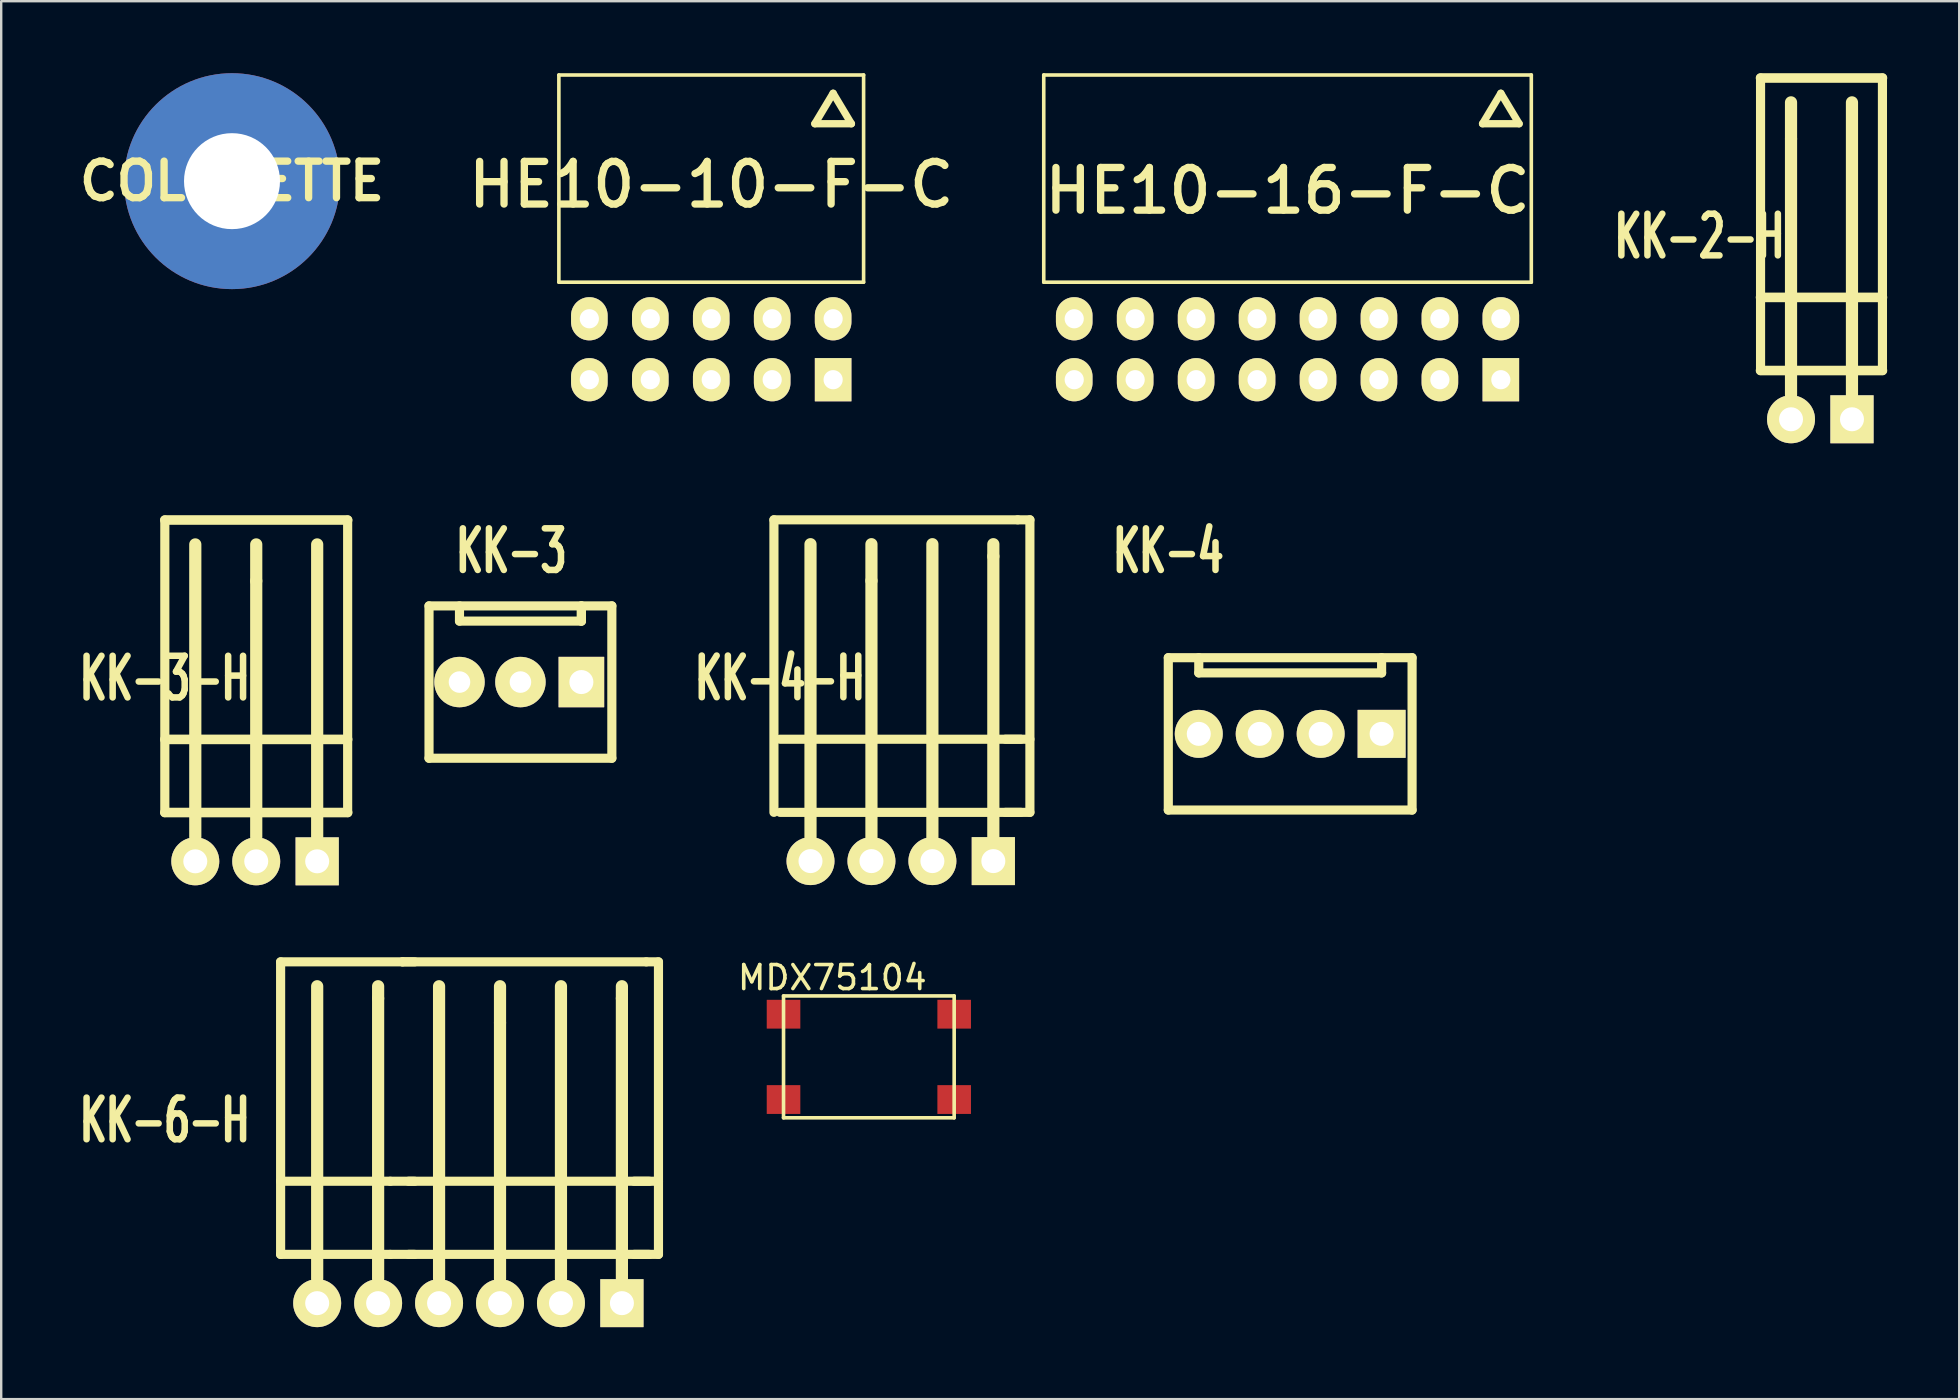
<source format=kicad_pcb>
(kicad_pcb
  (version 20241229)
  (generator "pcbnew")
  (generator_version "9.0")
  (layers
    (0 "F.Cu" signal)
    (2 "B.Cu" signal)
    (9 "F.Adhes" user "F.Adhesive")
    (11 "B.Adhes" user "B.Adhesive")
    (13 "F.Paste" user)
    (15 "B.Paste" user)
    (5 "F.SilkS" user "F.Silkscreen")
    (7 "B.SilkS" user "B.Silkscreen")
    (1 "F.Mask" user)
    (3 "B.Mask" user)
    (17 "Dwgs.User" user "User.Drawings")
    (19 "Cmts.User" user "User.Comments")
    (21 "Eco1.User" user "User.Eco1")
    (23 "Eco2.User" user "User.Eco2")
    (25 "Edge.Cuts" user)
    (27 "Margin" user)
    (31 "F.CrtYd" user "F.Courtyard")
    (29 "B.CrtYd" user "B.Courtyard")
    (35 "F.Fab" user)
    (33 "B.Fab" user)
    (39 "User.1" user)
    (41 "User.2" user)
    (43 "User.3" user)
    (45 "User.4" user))
  (footprint "HE10-10-F-C"
    (layer "F.Cu")
    (at 26.592 11.505)
    (property "Reference" "HE10-10-F-C" (at 0 -6.858 0) (layer "F.SilkS") (effects (font (size 1.778 1.778) (thickness 0.305))))
    (attr through_hole)
    (fp_line (start -6.35 -11.43) (end 6.35 -11.43) (stroke (width 0.15) (type solid)) (layer "F.SilkS"))
    (fp_line (start -6.35 -2.794) (end -6.35 -11.43) (stroke (width 0.15) (type solid)) (layer "F.SilkS"))
    (fp_line (start -6.35 -2.794) (end 6.35 -2.794) (stroke (width 0.15) (type solid)) (layer "F.SilkS"))
    (fp_line (start 4.318 -9.398) (end 5.08 -10.668) (stroke (width 0.305) (type solid)) (layer "F.SilkS"))
    (fp_line (start 5.08 -10.668) (end 5.842 -9.398) (stroke (width 0.305) (type solid)) (layer "F.SilkS"))
    (fp_line (start 5.842 -9.398) (end 4.318 -9.398) (stroke (width 0.305) (type solid)) (layer "F.SilkS"))
    (fp_line (start 6.35 -11.43) (end 6.35 -2.794) (stroke (width 0.15) (type solid)) (layer "F.SilkS"))
    (pad "1" thru_hole rect (at 5.08 1.27) (size 1.524 1.801) (drill 0.8) (layers "*.Cu" "*.Mask" "F.SilkS"))
    (pad "2" thru_hole oval (at 5.08 -1.27) (size 1.524 1.801) (drill 0.8) (layers "*.Cu" "*.Mask" "F.SilkS"))
    (pad "3" thru_hole oval (at 2.54 1.27) (size 1.524 1.801) (drill 0.8) (layers "*.Cu" "*.Mask" "F.SilkS"))
    (pad "4" thru_hole oval (at 2.54 -1.27) (size 1.524 1.801) (drill 0.8) (layers "*.Cu" "*.Mask" "F.SilkS"))
    (pad "5" thru_hole oval (at 0 1.27) (size 1.524 1.801) (drill 0.8) (layers "*.Cu" "*.Mask" "F.SilkS"))
    (pad "6" thru_hole oval (at 0 -1.27) (size 1.524 1.801) (drill 0.8) (layers "*.Cu" "*.Mask" "F.SilkS"))
    (pad "7" thru_hole oval (at -2.54 1.27) (size 1.524 1.801) (drill 0.8) (layers "*.Cu" "*.Mask" "F.SilkS"))
    (pad "8" thru_hole oval (at -2.54 -1.27) (size 1.524 1.801) (drill 0.8) (layers "*.Cu" "*.Mask" "F.SilkS"))
    (pad "9" thru_hole oval (at -5.08 1.27) (size 1.524 1.801) (drill 0.8) (layers "*.Cu" "*.Mask" "F.SilkS"))
    (pad "10" thru_hole oval (at -5.08 -1.27) (size 1.524 1.801) (drill 0.8) (layers "*.Cu" "*.Mask" "F.SilkS")))
  (footprint "MDX75104"
    (layer "F.Cu")
    (at 33.161 40.997)
    (property "Reference" "MDX75104" (at -1.524 -3.302 0) (layer "F.SilkS") (effects (font (size 1 1) (thickness 0.15))))
    (attr through_hole)
    (fp_line (start -3.556 -2.54) (end -3.556 2.54) (stroke (width 0.15) (type solid)) (layer "F.SilkS"))
    (fp_line (start -3.556 2.54) (end 3.556 2.54) (stroke (width 0.15) (type solid)) (layer "F.SilkS"))
    (fp_line (start 3.556 -2.54) (end -3.556 -2.54) (stroke (width 0.15) (type solid)) (layer "F.SilkS"))
    (fp_line (start 3.556 2.54) (end 3.556 -2.54) (stroke (width 0.15) (type solid)) (layer "F.SilkS"))
    (pad "1" smd rect (at -3.556 1.778) (size 1.4 1.2) (layers "F.Cu" "F.Mask" "F.Paste"))
    (pad "2" smd rect (at 3.556 -1.778) (size 1.4 1.2) (layers "F.Cu" "F.Mask" "F.Paste"))
    (pad "3" smd rect (at -3.556 -1.778) (size 1.4 1.2) (layers "F.Cu" "F.Mask" "F.Paste"))
    (pad "3" smd rect (at 3.556 1.778) (size 1.4 1.2) (layers "F.Cu" "F.Mask" "F.Paste")))
  (footprint "KK-2-H"
    (layer "F.Cu")
    (at 71.594 14.424)
    (property "Reference" "KK-2-H" (at -3.81 -7.62 0) (layer "F.SilkS") (effects (font (size 1.735 1.087) (thickness 0.272))))
    (attr through_hole)
    (fp_line (start -1.27 -14.224) (end 3.81 -14.224) (stroke (width 0.4) (type solid)) (layer "F.SilkS"))
    (fp_line (start -1.27 -5.08) (end 3.81 -5.08) (stroke (width 0.4) (type solid)) (layer "F.SilkS"))
    (fp_line (start -1.27 -2.032) (end -1.27 -14.224) (stroke (width 0.381) (type solid)) (layer "F.SilkS"))
    (fp_line (start -1.27 -2.032) (end 3.81 -2.032) (stroke (width 0.4) (type solid)) (layer "F.SilkS"))
    (fp_line (start 0 -11.684) (end 0 -13.208) (stroke (width 0.508) (type solid)) (layer "F.SilkS"))
    (fp_line (start 0 -1.016) (end 0 -11.684) (stroke (width 0.508) (type solid)) (layer "F.SilkS"))
    (fp_line (start 2.54 -1.016) (end 2.54 -13.208) (stroke (width 0.508) (type solid)) (layer "F.SilkS"))
    (fp_line (start 3.81 -2.032) (end 3.81 -14.224) (stroke (width 0.381) (type solid)) (layer "F.SilkS"))
    (pad "1" thru_hole rect (at 2.54 0) (size 1.801 1.999) (drill 1) (layers "*.Cu" "*.Mask" "F.SilkS"))
    (pad "2" thru_hole circle (at 0 0) (size 1.999 1.999) (drill 1) (layers "*.Cu" "*.Mask" "F.SilkS")))
  (footprint "KK-3-H"
    (layer "F.Cu")
    (at 5.089 32.847)
    (property "Reference" "KK-3-H" (at -1.27 -7.62 0) (layer "F.SilkS") (effects (font (size 1.735 1.087) (thickness 0.272))))
    (attr through_hole)
    (fp_line (start -1.27 -14.224) (end 6.35 -14.224) (stroke (width 0.4) (type solid)) (layer "F.SilkS"))
    (fp_line (start -1.27 -5.08) (end 6.35 -5.08) (stroke (width 0.4) (type solid)) (layer "F.SilkS"))
    (fp_line (start -1.27 -2.032) (end -1.27 -14.224) (stroke (width 0.381) (type solid)) (layer "F.SilkS"))
    (fp_line (start -1.27 -2.032) (end 6.35 -2.032) (stroke (width 0.4) (type solid)) (layer "F.SilkS"))
    (fp_line (start 0 -2.54) (end 0 -11.684) (stroke (width 0.381) (type solid)) (layer "F.SilkS"))
    (fp_line (start 0 -1.016) (end 0 -13.208) (stroke (width 0.508) (type solid)) (layer "F.SilkS"))
    (fp_line (start 0 -1.016) (end 0 -2.032) (stroke (width 0.381) (type solid)) (layer "F.SilkS"))
    (fp_line (start 2.54 -11.684) (end 2.54 -13.208) (stroke (width 0.508) (type solid)) (layer "F.SilkS"))
    (fp_line (start 2.54 -1.016) (end 2.54 -11.684) (stroke (width 0.508) (type solid)) (layer "F.SilkS"))
    (fp_line (start 5.08 -1.016) (end 5.08 -13.208) (stroke (width 0.508) (type solid)) (layer "F.SilkS"))
    (fp_line (start 6.35 -2.032) (end 6.35 -14.224) (stroke (width 0.381) (type solid)) (layer "F.SilkS"))
    (pad "1" thru_hole rect (at 5.08 0) (size 1.801 1.999) (drill 1) (layers "*.Cu" "*.Mask" "F.SilkS"))
    (pad "2" thru_hole circle (at 2.54 0) (size 1.999 1.999) (drill 1) (layers "*.Cu" "*.Mask" "F.SilkS"))
    (pad "3" thru_hole circle (at 0 0) (size 1.999 1.999) (drill 1) (layers "*.Cu" "*.Mask" "F.SilkS")))
  (footprint "COLONETTE"
    (layer "F.Cu")
    (at 6.619 4.5)
    (property "Reference" "COLONETTE" (at 0 0 0) (layer "F.SilkS") (effects (font (size 1.524 1.524) (thickness 0.305))))
    (attr through_hole)
    (pad "1" thru_hole circle (at 0 0) (size 2 2) (drill 0.6) (layers "*.Cu" "*.Mask" "F.SilkS"))
    (pad "1" thru_hole circle (at 0 0) (size 8.999 8.999) (drill 4) (layers "*.Cu")))
  (footprint "KK-3"
    (layer "F.Cu")
    (at 16.1 25.376)
    (property "Reference" "KK-3" (at 2.159 -5.461 0) (layer "F.SilkS") (effects (font (size 1.735 1.087) (thickness 0.272))))
    (attr through_hole)
    (fp_line (start -1.27 -3.175) (end -1.27 3.175) (stroke (width 0.381) (type solid)) (layer "F.SilkS"))
    (fp_line (start -1.27 3.175) (end 6.35 3.175) (stroke (width 0.381) (type solid)) (layer "F.SilkS"))
    (fp_line (start 0 -2.54) (end 0 -3.175) (stroke (width 0.381) (type solid)) (layer "F.SilkS"))
    (fp_line (start 0 -2.54) (end 5.08 -2.54) (stroke (width 0.381) (type solid)) (layer "F.SilkS"))
    (fp_line (start 5.08 -2.54) (end 5.08 -3.175) (stroke (width 0.381) (type solid)) (layer "F.SilkS"))
    (fp_line (start 5.08 -2.54) (end 5.08 -3.175) (stroke (width 0.381) (type solid)) (layer "F.SilkS"))
    (fp_line (start 6.35 -3.175) (end -1.27 -3.175) (stroke (width 0.381) (type solid)) (layer "F.SilkS"))
    (fp_line (start 6.35 -3.175) (end 6.35 3.175) (stroke (width 0.381) (type solid)) (layer "F.SilkS"))
    (pad "1" thru_hole rect (at 5.08 0) (size 1.9 2.101) (drill 1.001) (layers "*.Cu" "*.Mask" "F.SilkS"))
    (pad "2" thru_hole circle (at 2.54 0) (size 2.101 2.101) (drill 0.899) (layers "*.Cu" "*.Mask" "F.SilkS"))
    (pad "3" thru_hole circle (at 0 0) (size 2.101 2.101) (drill 0.899) (layers "*.Cu" "*.Mask" "F.SilkS")))
  (footprint "KK-6-H"
    (layer "F.Cu")
    (at 5.089 51.261)
    (property "Reference" "KK-6-H" (at -1.27 -7.62 0) (layer "F.SilkS") (effects (font (size 1.735 1.087) (thickness 0.272))))
    (attr through_hole)
    (fp_line (start 3.556 -2.032) (end 3.556 -14.224) (stroke (width 0.381) (type solid)) (layer "F.SilkS"))
    (fp_line (start 5.08 -1.016) (end 5.08 -13.208) (stroke (width 0.508) (type solid)) (layer "F.SilkS"))
    (fp_line (start 7.62 -12.7) (end 7.62 -13.208) (stroke (width 0.508) (type solid)) (layer "F.SilkS"))
    (fp_line (start 7.62 -1.016) (end 7.62 -12.7) (stroke (width 0.508) (type solid)) (layer "F.SilkS"))
    (fp_line (start 8.128 -5.08) (end 3.556 -5.08) (stroke (width 0.381) (type solid)) (layer "F.SilkS"))
    (fp_line (start 8.128 -2.032) (end 3.556 -2.032) (stroke (width 0.381) (type solid)) (layer "F.SilkS"))
    (fp_line (start 8.636 -14.224) (end 3.556 -14.224) (stroke (width 0.381) (type solid)) (layer "F.SilkS"))
    (fp_line (start 8.636 -14.224) (end 9.144 -14.224) (stroke (width 0.381) (type solid)) (layer "F.SilkS"))
    (fp_line (start 8.636 -14.224) (end 18.796 -14.224) (stroke (width 0.381) (type solid)) (layer "F.SilkS"))
    (fp_line (start 8.89 -5.08) (end 18.923 -5.08) (stroke (width 0.381) (type solid)) (layer "F.SilkS"))
    (fp_line (start 9.144 -5.08) (end 8.128 -5.08) (stroke (width 0.381) (type solid)) (layer "F.SilkS"))
    (fp_line (start 9.144 -2.032) (end 8.128 -2.032) (stroke (width 0.381) (type solid)) (layer "F.SilkS"))
    (fp_line (start 10.16 -2.54) (end 10.16 -11.684) (stroke (width 0.381) (type solid)) (layer "F.SilkS"))
    (fp_line (start 10.16 -1.016) (end 10.16 -13.208) (stroke (width 0.508) (type solid)) (layer "F.SilkS"))
    (fp_line (start 10.16 -1.016) (end 10.16 -2.032) (stroke (width 0.381) (type solid)) (layer "F.SilkS"))
    (fp_line (start 12.7 -11.684) (end 12.7 -13.208) (stroke (width 0.508) (type solid)) (layer "F.SilkS"))
    (fp_line (start 12.7 -1.016) (end 12.7 -11.684) (stroke (width 0.508) (type solid)) (layer "F.SilkS"))
    (fp_line (start 15.24 -1.016) (end 15.24 -13.208) (stroke (width 0.508) (type solid)) (layer "F.SilkS"))
    (fp_line (start 17.78 -12.7) (end 17.78 -13.208) (stroke (width 0.508) (type solid)) (layer "F.SilkS"))
    (fp_line (start 17.78 -1.016) (end 17.78 -12.7) (stroke (width 0.508) (type solid)) (layer "F.SilkS"))
    (fp_line (start 18.796 -14.224) (end 19.304 -14.224) (stroke (width 0.381) (type solid)) (layer "F.SilkS"))
    (fp_line (start 18.923 -2.032) (end 8.89 -2.032) (stroke (width 0.381) (type solid)) (layer "F.SilkS"))
    (fp_line (start 19.304 -5.08) (end 18.288 -5.08) (stroke (width 0.381) (type solid)) (layer "F.SilkS"))
    (fp_line (start 19.304 -2.032) (end 18.288 -2.032) (stroke (width 0.381) (type solid)) (layer "F.SilkS"))
    (fp_line (start 19.304 -2.032) (end 19.304 -14.224) (stroke (width 0.381) (type solid)) (layer "F.SilkS"))
    (pad "1" thru_hole rect (at 17.78 0) (size 1.801 1.999) (drill 1.001) (layers "*.Cu" "*.Mask" "F.SilkS"))
    (pad "2" thru_hole circle (at 15.24 0) (size 1.999 1.999) (drill 1.001) (layers "*.Cu" "*.Mask" "F.SilkS"))
    (pad "3" thru_hole circle (at 12.7 0) (size 1.999 1.999) (drill 1.001) (layers "*.Cu" "*.Mask" "F.SilkS"))
    (pad "4" thru_hole circle (at 10.16 0) (size 1.999 1.999) (drill 1.001) (layers "*.Cu" "*.Mask" "F.SilkS"))
    (pad "5" thru_hole circle (at 7.62 0) (size 1.999 1.999) (drill 1.001) (layers "*.Cu" "*.Mask" "F.SilkS"))
    (pad "6" thru_hole circle (at 5.08 0) (size 1.999 1.999) (drill 1.001) (layers "*.Cu" "*.Mask" "F.SilkS")))
  (footprint "HE10-16-F-C"
    (layer "F.Cu")
    (at 40.196 8.711)
    (property "Reference" "HE10-16-F-C" (at 10.414 -3.81 0) (layer "F.SilkS") (effects (font (size 1.778 1.778) (thickness 0.305))))
    (attr through_hole)
    (fp_line (start 0.254 -8.636) (end 20.574 -8.636) (stroke (width 0.15) (type solid)) (layer "F.SilkS"))
    (fp_line (start 0.254 0) (end 0.254 -8.636) (stroke (width 0.15) (type solid)) (layer "F.SilkS"))
    (fp_line (start 0.254 0) (end 20.574 0) (stroke (width 0.15) (type solid)) (layer "F.SilkS"))
    (fp_line (start 18.542 -6.604) (end 19.304 -7.874) (stroke (width 0.305) (type solid)) (layer "F.SilkS"))
    (fp_line (start 19.304 -7.874) (end 20.066 -6.604) (stroke (width 0.305) (type solid)) (layer "F.SilkS"))
    (fp_line (start 20.066 -6.604) (end 18.542 -6.604) (stroke (width 0.305) (type solid)) (layer "F.SilkS"))
    (fp_line (start 20.574 -8.636) (end 20.574 0) (stroke (width 0.15) (type solid)) (layer "F.SilkS"))
    (pad "1" thru_hole rect (at 19.304 4.064) (size 1.524 1.801) (drill 0.8) (layers "*.Cu" "*.Mask" "F.SilkS"))
    (pad "2" thru_hole oval (at 19.304 1.524) (size 1.524 1.801) (drill 0.8) (layers "*.Cu" "*.Mask" "F.SilkS"))
    (pad "3" thru_hole oval (at 16.764 4.064) (size 1.524 1.801) (drill 0.8) (layers "*.Cu" "*.Mask" "F.SilkS"))
    (pad "4" thru_hole oval (at 16.764 1.524) (size 1.524 1.801) (drill 0.8) (layers "*.Cu" "*.Mask" "F.SilkS"))
    (pad "5" thru_hole oval (at 14.224 4.064) (size 1.524 1.801) (drill 0.8) (layers "*.Cu" "*.Mask" "F.SilkS"))
    (pad "6" thru_hole oval (at 14.224 1.524) (size 1.524 1.801) (drill 0.8) (layers "*.Cu" "*.Mask" "F.SilkS"))
    (pad "7" thru_hole oval (at 11.684 4.064) (size 1.524 1.801) (drill 0.8) (layers "*.Cu" "*.Mask" "F.SilkS"))
    (pad "8" thru_hole oval (at 11.684 1.524) (size 1.524 1.801) (drill 0.8) (layers "*.Cu" "*.Mask" "F.SilkS"))
    (pad "9" thru_hole oval (at 9.144 4.064) (size 1.524 1.801) (drill 0.8) (layers "*.Cu" "*.Mask" "F.SilkS"))
    (pad "10" thru_hole oval (at 9.144 1.524) (size 1.524 1.801) (drill 0.8) (layers "*.Cu" "*.Mask" "F.SilkS"))
    (pad "11" thru_hole oval (at 6.604 4.064) (size 1.524 1.801) (drill 0.8) (layers "*.Cu" "*.Mask" "F.SilkS"))
    (pad "12" thru_hole oval (at 6.604 1.524) (size 1.524 1.801) (drill 0.8) (layers "*.Cu" "*.Mask" "F.SilkS"))
    (pad "13" thru_hole oval (at 4.064 4.064) (size 1.524 1.801) (drill 0.8) (layers "*.Cu" "*.Mask" "F.SilkS"))
    (pad "14" thru_hole oval (at 4.064 1.524) (size 1.524 1.801) (drill 0.8) (layers "*.Cu" "*.Mask" "F.SilkS"))
    (pad "15" thru_hole oval (at 1.524 4.064) (size 1.524 1.801) (drill 0.8) (layers "*.Cu" "*.Mask" "F.SilkS"))
    (pad "16" thru_hole oval (at 1.524 1.524) (size 1.524 1.801) (drill 0.8) (layers "*.Cu" "*.Mask" "F.SilkS")))
  (footprint "KK-4-H"
    (layer "F.Cu")
    (at 30.729 32.838)
    (property "Reference" "KK-4-H" (at -1.27 -7.62 0) (layer "F.SilkS") (effects (font (size 1.735 1.087) (thickness 0.272))))
    (attr through_hole)
    (fp_line (start -1.524 -14.224) (end 8.636 -14.224) (stroke (width 0.381) (type solid)) (layer "F.SilkS"))
    (fp_line (start -1.524 -2.032) (end -1.524 -14.224) (stroke (width 0.381) (type solid)) (layer "F.SilkS"))
    (fp_line (start -1.27 -5.08) (end 8.763 -5.08) (stroke (width 0.381) (type solid)) (layer "F.SilkS"))
    (fp_line (start 0 -2.54) (end 0 -11.684) (stroke (width 0.381) (type solid)) (layer "F.SilkS"))
    (fp_line (start 0 -1.016) (end 0 -13.208) (stroke (width 0.508) (type solid)) (layer "F.SilkS"))
    (fp_line (start 0 -1.016) (end 0 -2.032) (stroke (width 0.381) (type solid)) (layer "F.SilkS"))
    (fp_line (start 2.54 -11.684) (end 2.54 -13.208) (stroke (width 0.508) (type solid)) (layer "F.SilkS"))
    (fp_line (start 2.54 -1.016) (end 2.54 -11.684) (stroke (width 0.508) (type solid)) (layer "F.SilkS"))
    (fp_line (start 5.08 -1.016) (end 5.08 -13.208) (stroke (width 0.508) (type solid)) (layer "F.SilkS"))
    (fp_line (start 7.62 -12.7) (end 7.62 -13.208) (stroke (width 0.508) (type solid)) (layer "F.SilkS"))
    (fp_line (start 7.62 -1.016) (end 7.62 -12.7) (stroke (width 0.508) (type solid)) (layer "F.SilkS"))
    (fp_line (start 8.636 -14.224) (end 9.144 -14.224) (stroke (width 0.381) (type solid)) (layer "F.SilkS"))
    (fp_line (start 8.763 -2.032) (end -1.27 -2.032) (stroke (width 0.381) (type solid)) (layer "F.SilkS"))
    (fp_line (start 9.144 -5.08) (end 8.128 -5.08) (stroke (width 0.381) (type solid)) (layer "F.SilkS"))
    (fp_line (start 9.144 -2.032) (end 8.128 -2.032) (stroke (width 0.381) (type solid)) (layer "F.SilkS"))
    (fp_line (start 9.144 -2.032) (end 9.144 -14.224) (stroke (width 0.381) (type solid)) (layer "F.SilkS"))
    (pad "1" thru_hole rect (at 7.62 0) (size 1.801 1.999) (drill 1.001) (layers "*.Cu" "*.Mask" "F.SilkS"))
    (pad "2" thru_hole circle (at 5.08 0) (size 1.999 1.999) (drill 1.001) (layers "*.Cu" "*.Mask" "F.SilkS"))
    (pad "3" thru_hole circle (at 2.54 0) (size 1.999 1.999) (drill 1.001) (layers "*.Cu" "*.Mask" "F.SilkS"))
    (pad "4" thru_hole circle (at 0 0) (size 1.999 1.999) (drill 1.001) (layers "*.Cu" "*.Mask" "F.SilkS")))
  (footprint "KK-4"
    (layer "F.Cu")
    (at 46.911 27.535)
    (property "Reference" "KK-4" (at -1.27 -7.62 0) (layer "F.SilkS") (effects (font (size 1.735 1.087) (thickness 0.272))))
    (attr through_hole)
    (fp_line (start -1.27 -3.175) (end -1.27 3.175) (stroke (width 0.381) (type solid)) (layer "F.SilkS"))
    (fp_line (start -1.27 3.175) (end 8.89 3.175) (stroke (width 0.381) (type solid)) (layer "F.SilkS"))
    (fp_line (start 0 -2.54) (end 0 -3.175) (stroke (width 0.381) (type solid)) (layer "F.SilkS"))
    (fp_line (start 7.62 -3.175) (end 7.62 -2.54) (stroke (width 0.381) (type solid)) (layer "F.SilkS"))
    (fp_line (start 7.62 -2.54) (end 0 -2.54) (stroke (width 0.381) (type solid)) (layer "F.SilkS"))
    (fp_line (start 8.89 -3.175) (end -1.27 -3.175) (stroke (width 0.381) (type solid)) (layer "F.SilkS"))
    (fp_line (start 8.89 3.175) (end 8.89 -3.175) (stroke (width 0.381) (type solid)) (layer "F.SilkS"))
    (pad "1" thru_hole rect (at 7.62 0) (size 1.999 1.999) (drill 1.001) (layers "*.Cu" "*.Mask" "F.SilkS"))
    (pad "2" thru_hole circle (at 5.08 0) (size 1.999 1.999) (drill 1.001) (layers "*.Cu" "*.Mask" "F.SilkS"))
    (pad "3" thru_hole circle (at 2.54 0) (size 1.999 1.999) (drill 1.001) (layers "*.Cu" "*.Mask" "F.SilkS"))
    (pad "4" thru_hole circle (at 0 0) (size 1.999 1.999) (drill 1.001) (layers "*.Cu" "*.Mask" "F.SilkS")))
  (gr_rect
    (start -3 -3)
    (end 78.604 55.261)
    (stroke (width 0.1) (type default))
    (fill no)
    (layer "Edge.Cuts")))
</source>
